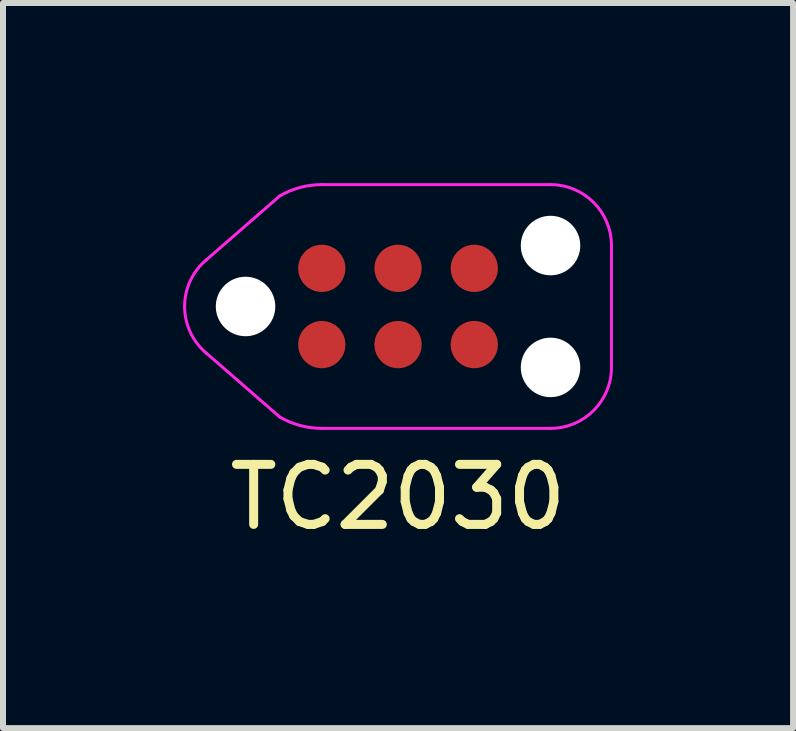
<source format=kicad_pcb>
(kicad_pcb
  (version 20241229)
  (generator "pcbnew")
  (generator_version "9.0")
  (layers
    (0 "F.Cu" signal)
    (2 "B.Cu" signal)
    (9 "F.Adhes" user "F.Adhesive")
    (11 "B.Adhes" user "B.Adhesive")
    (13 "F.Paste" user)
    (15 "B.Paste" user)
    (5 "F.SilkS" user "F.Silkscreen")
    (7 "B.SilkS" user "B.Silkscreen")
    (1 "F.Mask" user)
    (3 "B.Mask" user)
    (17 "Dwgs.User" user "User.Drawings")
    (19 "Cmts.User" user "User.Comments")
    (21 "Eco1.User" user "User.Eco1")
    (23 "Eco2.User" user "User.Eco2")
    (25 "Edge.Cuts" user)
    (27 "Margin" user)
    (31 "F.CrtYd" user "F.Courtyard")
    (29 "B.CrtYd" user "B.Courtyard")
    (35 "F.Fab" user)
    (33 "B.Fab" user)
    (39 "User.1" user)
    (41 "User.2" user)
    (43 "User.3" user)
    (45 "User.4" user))
  (footprint "TC2030"
    (layer "F.Cu")
    (at 3.58 2.055)
    (property "Reference" "TC2030" (at 0 3.175 0) (layer "F.SilkS") (effects (font (size 1 1) (thickness 0.15))))
    (attr exclude_from_pos_files exclude_from_bom)
    (fp_line (start -3.192 0.778) (end -1.968 1.843) (stroke (width 0.05) (type solid)) (layer "F.CrtYd"))
    (fp_line (start -1.968 -1.843) (end -3.192 -0.778) (stroke (width 0.05) (type solid)) (layer "F.CrtYd"))
    (fp_line (start 2.54 -2.03) (end -1.27 -2.03) (stroke (width 0.05) (type solid)) (layer "F.CrtYd"))
    (fp_line (start 2.54 2.03) (end -1.27 2.03) (stroke (width 0.05) (type solid)) (layer "F.CrtYd"))
    (fp_line (start 3.555 -1.015) (end 3.555 1.015) (stroke (width 0.05) (type solid)) (layer "F.CrtYd"))
    (fp_arc (start -3.555 0) (mid -3.459902 -0.428958) (end -3.192429 -0.777535) (stroke (width 0.05) (type solid)) (layer "F.CrtYd"))
    (fp_arc (start -3.192429 0.777535) (mid -3.459902 0.428958) (end -3.555 0) (stroke (width 0.05) (type solid)) (layer "F.CrtYd"))
    (fp_arc (start -1.9675 -1.843105) (mid -1.631053 -1.982466) (end -1.27 -2.03) (stroke (width 0.05) (type solid)) (layer "F.CrtYd"))
    (fp_arc (start -1.27 2.03) (mid -1.631053 1.982466) (end -1.9675 1.843105) (stroke (width 0.05) (type solid)) (layer "F.CrtYd"))
    (fp_arc (start 2.54 -2.03) (mid 3.257713 -1.732713) (end 3.555 -1.015) (stroke (width 0.05) (type solid)) (layer "F.CrtYd"))
    (fp_arc (start 3.555 1.015) (mid 3.257713 1.732713) (end 2.54 2.03) (stroke (width 0.05) (type solid)) (layer "F.CrtYd"))
    (pad "" np_thru_hole circle (at -2.54 0) (size 0.991 0.991) (drill 0.991) (layers "*.Cu" "*.Mask"))
    (pad "" np_thru_hole circle (at 2.54 -1.015) (size 0.991 0.991) (drill 0.991) (layers "*.Cu" "*.Mask"))
    (pad "" np_thru_hole circle (at 2.54 1.015) (size 0.991 0.991) (drill 0.991) (layers "*.Cu" "*.Mask"))
    (pad "1" smd circle (at -1.27 0.635) (size 0.787 0.787) (layers "F.Cu" "F.Mask"))
    (pad "2" smd circle (at -1.27 -0.635) (size 0.787 0.787) (layers "F.Cu" "F.Mask"))
    (pad "3" smd circle (at 0 0.635) (size 0.787 0.787) (layers "F.Cu" "F.Mask"))
    (pad "4" smd circle (at 0 -0.635) (size 0.787 0.787) (layers "F.Cu" "F.Mask"))
    (pad "5" smd circle (at 1.27 0.635) (size 0.787 0.787) (layers "F.Cu" "F.Mask"))
    (pad "6" smd circle (at 1.27 -0.635) (size 0.787 0.787) (layers "F.Cu" "F.Mask")))
  (gr_rect
    (start -3 -3)
    (end 10.16 9.078)
    (stroke (width 0.1) (type default))
    (fill no)
    (layer "Edge.Cuts")))
</source>
